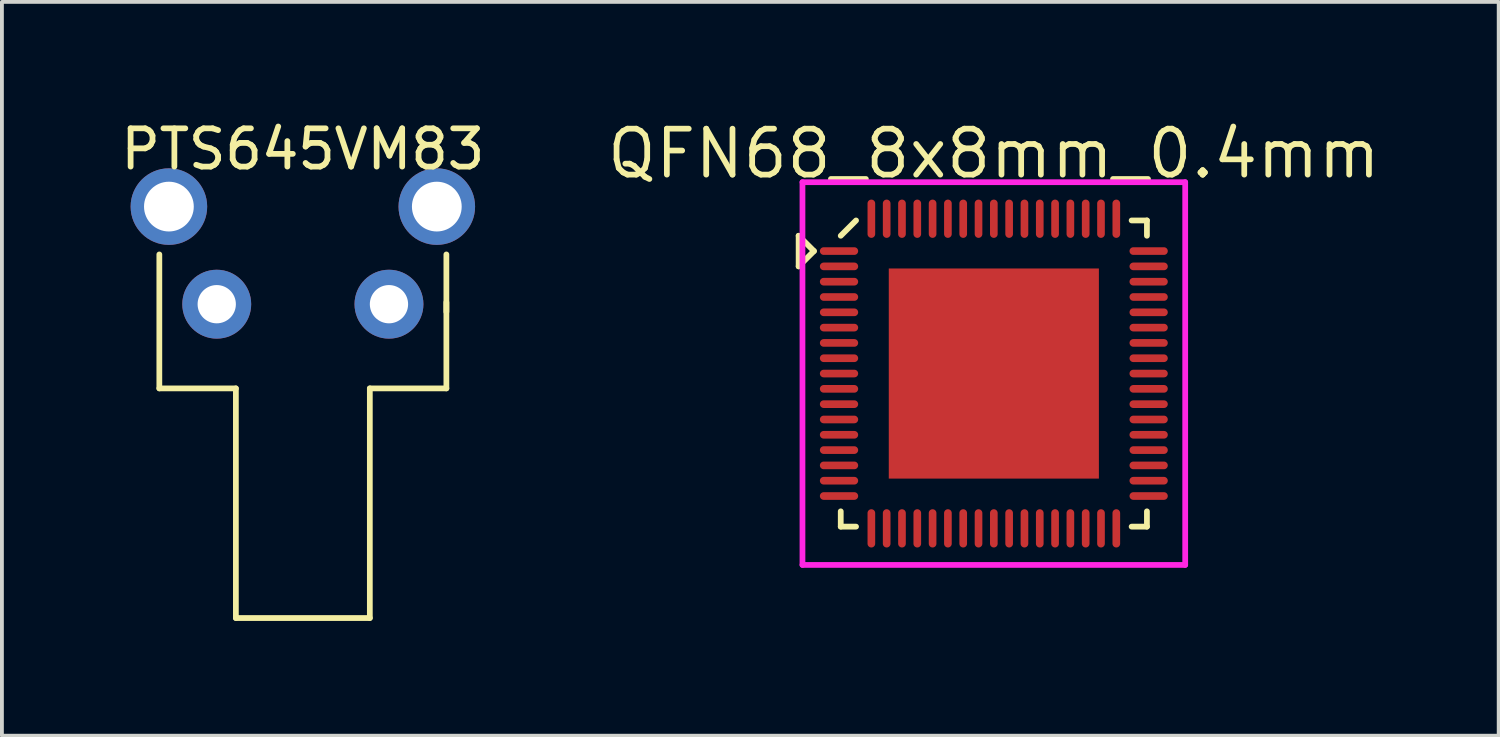
<source format=kicad_pcb>
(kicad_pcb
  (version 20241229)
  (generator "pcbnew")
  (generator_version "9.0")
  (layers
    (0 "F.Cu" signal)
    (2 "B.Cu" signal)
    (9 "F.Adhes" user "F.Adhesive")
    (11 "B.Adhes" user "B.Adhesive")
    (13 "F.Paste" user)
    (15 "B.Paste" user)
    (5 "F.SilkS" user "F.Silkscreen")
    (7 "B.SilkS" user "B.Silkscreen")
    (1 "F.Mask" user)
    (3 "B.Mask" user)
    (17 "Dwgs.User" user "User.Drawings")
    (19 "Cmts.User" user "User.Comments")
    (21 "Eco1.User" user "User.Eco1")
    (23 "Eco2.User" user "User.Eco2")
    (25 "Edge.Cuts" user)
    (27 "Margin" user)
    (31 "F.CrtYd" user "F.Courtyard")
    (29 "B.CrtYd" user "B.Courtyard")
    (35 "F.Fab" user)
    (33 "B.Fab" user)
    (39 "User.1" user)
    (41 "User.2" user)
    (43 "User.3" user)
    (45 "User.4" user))
  (footprint "QFN68_8x8mm_0.4mm"
    (layer "F.Cu")
    (at 22.917 6.71)
    (property "Reference" "QFN68_8x8mm_0.4mm" (at 0 -5.745 0) (layer "F.SilkS") (effects (font (size 1.2 1.2) (thickness 0.15))))
    (attr through_hole)
    (fp_line (start -5.1 -3.6) (end -4.7 -3.2) (stroke (width 0.15) (type solid)) (layer "F.SilkS"))
    (fp_line (start -5.1 -2.8) (end -5.1 -3.6) (stroke (width 0.15) (type solid)) (layer "F.SilkS"))
    (fp_line (start -4.7 -3.2) (end -5.1 -2.8) (stroke (width 0.15) (type solid)) (layer "F.SilkS"))
    (fp_line (start -4 -3.6) (end -3.6 -4) (stroke (width 0.15) (type solid)) (layer "F.SilkS"))
    (fp_line (start -4 4) (end -4 3.6) (stroke (width 0.15) (type solid)) (layer "F.SilkS"))
    (fp_line (start -3.6 4) (end -4 4) (stroke (width 0.15) (type solid)) (layer "F.SilkS"))
    (fp_line (start 3.6 -4) (end 4 -4) (stroke (width 0.15) (type solid)) (layer "F.SilkS"))
    (fp_line (start 3.6 4) (end 4 4) (stroke (width 0.15) (type solid)) (layer "F.SilkS"))
    (fp_line (start 4 -4) (end 4 -3.6) (stroke (width 0.15) (type solid)) (layer "F.SilkS"))
    (fp_line (start 4 4) (end 4 3.6) (stroke (width 0.15) (type solid)) (layer "F.SilkS"))
    (fp_line (start -5 -5) (end 5 -5) (stroke (width 0.15) (type solid)) (layer "F.CrtYd"))
    (fp_line (start -5 5) (end -5 -5) (stroke (width 0.15) (type solid)) (layer "F.CrtYd"))
    (fp_line (start 5 -5) (end 5 5) (stroke (width 0.15) (type solid)) (layer "F.CrtYd"))
    (fp_line (start 5 5) (end -5 5) (stroke (width 0.15) (type solid)) (layer "F.CrtYd"))
    (pad "1" smd oval (at -4.045 -3.2 90) (size 0.2 1) (layers "F.Cu" "F.Mask" "F.Paste"))
    (pad "2" smd oval (at -4.045 -2.8 90) (size 0.2 1) (layers "F.Cu" "F.Mask" "F.Paste"))
    (pad "3" smd oval (at -4.045 -2.4 90) (size 0.2 1) (layers "F.Cu" "F.Mask" "F.Paste"))
    (pad "4" smd oval (at -4.045 -2 90) (size 0.2 1) (layers "F.Cu" "F.Mask" "F.Paste"))
    (pad "5" smd oval (at -4.045 -1.6 90) (size 0.2 1) (layers "F.Cu" "F.Mask" "F.Paste"))
    (pad "6" smd oval (at -4.045 -1.2 90) (size 0.2 1) (layers "F.Cu" "F.Mask" "F.Paste"))
    (pad "7" smd oval (at -4.045 -0.8 90) (size 0.2 1) (layers "F.Cu" "F.Mask" "F.Paste"))
    (pad "8" smd oval (at -4.045 -0.4 90) (size 0.2 1) (layers "F.Cu" "F.Mask" "F.Paste"))
    (pad "9" smd oval (at -4.045 0 90) (size 0.2 1) (layers "F.Cu" "F.Mask" "F.Paste"))
    (pad "10" smd oval (at -4.045 0.4 90) (size 0.2 1) (layers "F.Cu" "F.Mask" "F.Paste"))
    (pad "11" smd oval (at -4.045 0.8 90) (size 0.2 1) (layers "F.Cu" "F.Mask" "F.Paste"))
    (pad "12" smd oval (at -4.045 1.2 90) (size 0.2 1) (layers "F.Cu" "F.Mask" "F.Paste"))
    (pad "13" smd oval (at -4.045 1.6 90) (size 0.2 1) (layers "F.Cu" "F.Mask" "F.Paste"))
    (pad "14" smd oval (at -4.045 2 90) (size 0.2 1) (layers "F.Cu" "F.Mask" "F.Paste"))
    (pad "15" smd oval (at -4.045 2.4 90) (size 0.2 1) (layers "F.Cu" "F.Mask" "F.Paste"))
    (pad "16" smd oval (at -4.045 2.8 90) (size 0.2 1) (layers "F.Cu" "F.Mask" "F.Paste"))
    (pad "17" smd oval (at -4.045 3.2 90) (size 0.2 1) (layers "F.Cu" "F.Mask" "F.Paste"))
    (pad "18" smd oval (at -3.2 4.045) (size 0.2 1) (layers "F.Cu" "F.Mask" "F.Paste"))
    (pad "19" smd oval (at -2.8 4.045) (size 0.2 1) (layers "F.Cu" "F.Mask" "F.Paste"))
    (pad "20" smd oval (at -2.4 4.045) (size 0.2 1) (layers "F.Cu" "F.Mask" "F.Paste"))
    (pad "21" smd oval (at -2 4.045) (size 0.2 1) (layers "F.Cu" "F.Mask" "F.Paste"))
    (pad "22" smd oval (at -1.6 4.045) (size 0.2 1) (layers "F.Cu" "F.Mask" "F.Paste"))
    (pad "23" smd oval (at -1.2 4.045) (size 0.2 1) (layers "F.Cu" "F.Mask" "F.Paste"))
    (pad "24" smd oval (at -0.8 4.045) (size 0.2 1) (layers "F.Cu" "F.Mask" "F.Paste"))
    (pad "25" smd oval (at -0.4 4.045) (size 0.2 1) (layers "F.Cu" "F.Mask" "F.Paste"))
    (pad "26" smd oval (at 0 4.045) (size 0.2 1) (layers "F.Cu" "F.Mask" "F.Paste"))
    (pad "27" smd oval (at 0.4 4.045) (size 0.2 1) (layers "F.Cu" "F.Mask" "F.Paste"))
    (pad "28" smd oval (at 0.8 4.045) (size 0.2 1) (layers "F.Cu" "F.Mask" "F.Paste"))
    (pad "29" smd oval (at 1.2 4.045) (size 0.2 1) (layers "F.Cu" "F.Mask" "F.Paste"))
    (pad "30" smd oval (at 1.6 4.045) (size 0.2 1) (layers "F.Cu" "F.Mask" "F.Paste"))
    (pad "31" smd oval (at 2 4.045) (size 0.2 1) (layers "F.Cu" "F.Mask" "F.Paste"))
    (pad "32" smd oval (at 2.4 4.045) (size 0.2 1) (layers "F.Cu" "F.Mask" "F.Paste"))
    (pad "33" smd oval (at 2.8 4.045) (size 0.2 1) (layers "F.Cu" "F.Mask" "F.Paste"))
    (pad "34" smd oval (at 3.2 4.045) (size 0.2 1) (layers "F.Cu" "F.Mask" "F.Paste"))
    (pad "35" smd oval (at 4.045 3.2 90) (size 0.2 1) (layers "F.Cu" "F.Mask" "F.Paste"))
    (pad "36" smd oval (at 4.045 2.8 90) (size 0.2 1) (layers "F.Cu" "F.Mask" "F.Paste"))
    (pad "37" smd oval (at 4.045 2.4 90) (size 0.2 1) (layers "F.Cu" "F.Mask" "F.Paste"))
    (pad "38" smd oval (at 4.045 2 90) (size 0.2 1) (layers "F.Cu" "F.Mask" "F.Paste"))
    (pad "39" smd oval (at 4.045 1.6 90) (size 0.2 1) (layers "F.Cu" "F.Mask" "F.Paste"))
    (pad "40" smd oval (at 4.045 1.2 90) (size 0.2 1) (layers "F.Cu" "F.Mask" "F.Paste"))
    (pad "41" smd oval (at 4.045 0.8 90) (size 0.2 1) (layers "F.Cu" "F.Mask" "F.Paste"))
    (pad "42" smd oval (at 4.045 0.4 90) (size 0.2 1) (layers "F.Cu" "F.Mask" "F.Paste"))
    (pad "43" smd oval (at 4.045 0 90) (size 0.2 1) (layers "F.Cu" "F.Mask" "F.Paste"))
    (pad "44" smd oval (at 4.045 -0.4 90) (size 0.2 1) (layers "F.Cu" "F.Mask" "F.Paste"))
    (pad "45" smd oval (at 4.045 -0.8 90) (size 0.2 1) (layers "F.Cu" "F.Mask" "F.Paste"))
    (pad "46" smd oval (at 4.045 -1.2 90) (size 0.2 1) (layers "F.Cu" "F.Mask" "F.Paste"))
    (pad "47" smd oval (at 4.045 -1.6 90) (size 0.2 1) (layers "F.Cu" "F.Mask" "F.Paste"))
    (pad "48" smd oval (at 4.045 -2 90) (size 0.2 1) (layers "F.Cu" "F.Mask" "F.Paste"))
    (pad "49" smd oval (at 4.045 -2.4 90) (size 0.2 1) (layers "F.Cu" "F.Mask" "F.Paste"))
    (pad "50" smd oval (at 4.045 -2.8 90) (size 0.2 1) (layers "F.Cu" "F.Mask" "F.Paste"))
    (pad "51" smd oval (at 4.045 -3.2 90) (size 0.2 1) (layers "F.Cu" "F.Mask" "F.Paste"))
    (pad "52" smd oval (at 3.2 -4.045) (size 0.2 1) (layers "F.Cu" "F.Mask" "F.Paste"))
    (pad "53" smd oval (at 2.8 -4.045) (size 0.2 1) (layers "F.Cu" "F.Mask" "F.Paste"))
    (pad "54" smd oval (at 2.4 -4.045) (size 0.2 1) (layers "F.Cu" "F.Mask" "F.Paste"))
    (pad "55" smd oval (at 2 -4.045) (size 0.2 1) (layers "F.Cu" "F.Mask" "F.Paste"))
    (pad "56" smd oval (at 1.6 -4.045) (size 0.2 1) (layers "F.Cu" "F.Mask" "F.Paste"))
    (pad "57" smd oval (at 1.2 -4.045) (size 0.2 1) (layers "F.Cu" "F.Mask" "F.Paste"))
    (pad "58" smd oval (at 0.8 -4.045) (size 0.2 1) (layers "F.Cu" "F.Mask" "F.Paste"))
    (pad "59" smd oval (at 0.4 -4.045) (size 0.2 1) (layers "F.Cu" "F.Mask" "F.Paste"))
    (pad "60" smd oval (at 0 -4.045) (size 0.2 1) (layers "F.Cu" "F.Mask" "F.Paste"))
    (pad "61" smd oval (at -0.4 -4.045) (size 0.2 1) (layers "F.Cu" "F.Mask" "F.Paste"))
    (pad "62" smd oval (at -0.8 -4.045) (size 0.2 1) (layers "F.Cu" "F.Mask" "F.Paste"))
    (pad "63" smd oval (at -1.2 -4.045) (size 0.2 1) (layers "F.Cu" "F.Mask" "F.Paste"))
    (pad "64" smd oval (at -1.6 -4.045) (size 0.2 1) (layers "F.Cu" "F.Mask" "F.Paste"))
    (pad "65" smd oval (at -2 -4.045) (size 0.2 1) (layers "F.Cu" "F.Mask" "F.Paste"))
    (pad "66" smd oval (at -2.4 -4.045) (size 0.2 1) (layers "F.Cu" "F.Mask" "F.Paste"))
    (pad "67" smd oval (at -2.8 -4.045) (size 0.2 1) (layers "F.Cu" "F.Mask" "F.Paste"))
    (pad "68" smd oval (at -3.2 -4.045) (size 0.2 1) (layers "F.Cu" "F.Mask" "F.Paste"))
    (pad "69" smd rect (at 0 0) (size 5.49 5.49) (layers "F.Cu" "F.Mask" "F.Paste")))
  (footprint "PTS645VM83"
    (layer "F.Cu")
    (at 4.863 2.348)
    (property "Reference" "PTS645VM83" (at 0 -1.5 0) (layer "F.SilkS") (effects (font (size 1 1) (thickness 0.15))))
    (attr through_hole)
    (fp_line (start -3.75 4.75) (end -3.75 1.25) (stroke (width 0.15) (type solid)) (layer "F.SilkS"))
    (fp_line (start -1.75 4.75) (end -3.75 4.75) (stroke (width 0.15) (type solid)) (layer "F.SilkS"))
    (fp_line (start -1.75 10.75) (end -1.75 4.75) (stroke (width 0.15) (type solid)) (layer "F.SilkS"))
    (fp_line (start 1.75 4.75) (end 1.75 10.75) (stroke (width 0.15) (type solid)) (layer "F.SilkS"))
    (fp_line (start 1.75 10.75) (end -1.75 10.75) (stroke (width 0.15) (type solid)) (layer "F.SilkS"))
    (fp_line (start 3.75 1.25) (end 3.75 2.75) (stroke (width 0.15) (type solid)) (layer "F.SilkS"))
    (fp_line (start 3.75 2.5) (end 3.75 4.75) (stroke (width 0.15) (type solid)) (layer "F.SilkS"))
    (fp_line (start 3.75 4.75) (end 1.75 4.75) (stroke (width 0.15) (type solid)) (layer "F.SilkS"))
    (pad "1" thru_hole circle (at -2.25 2.55) (size 1.8 1.8) (drill 1) (layers "*.Cu" "*.Mask"))
    (pad "2" thru_hole circle (at 2.25 2.55) (size 1.8 1.8) (drill 1) (layers "*.Cu" "*.Mask"))
    (pad "S" thru_hole circle (at -3.5 0) (size 2 2) (drill 1.3) (layers "*.Cu" "*.Mask"))
    (pad "S" thru_hole circle (at 3.5 0) (size 2 2) (drill 1.3) (layers "*.Cu" "*.Mask")))
  (gr_rect
    (start -3 -3)
    (end 36.108 16.173)
    (stroke (width 0.1) (type default))
    (fill no)
    (layer "Edge.Cuts")))
</source>
